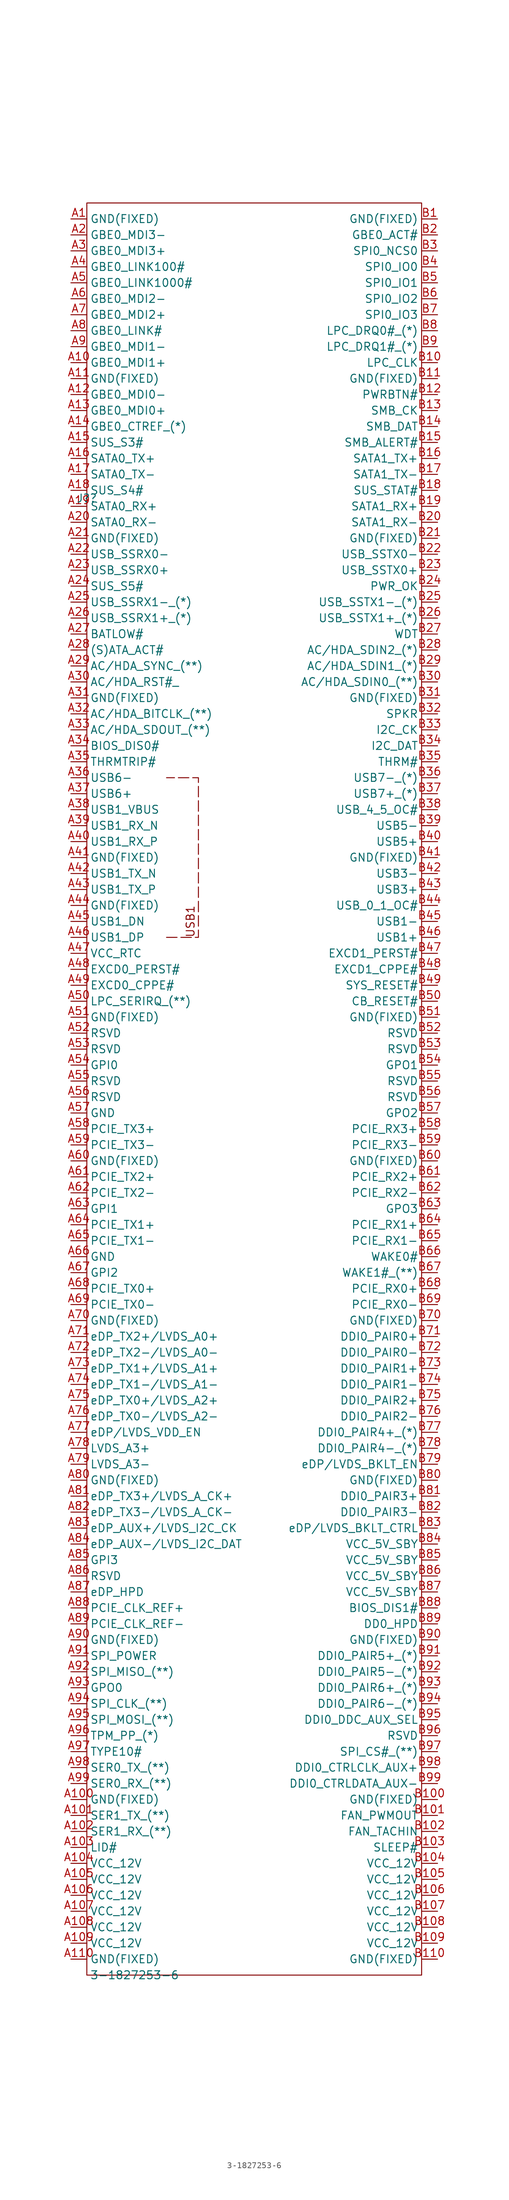
<source format=kicad_sym>
(kicad_symbol_lib
  (version 20230620)
  (generator kicad_symbol_editor)
  (symbol "3-1827253-6"
    (property "Reference" "J?"
      (at 0 -46.99 0)
      (effects (font (size 1.27 1.27))))
    (property "Value" "3-1827253-6"
      (at 7.62 -281.94 0)
      (effects (font (size 1.27 1.27))))
    (symbol "3-1827253-6_0_0"
      (text "USB1" (at 16.51 -114.3 900) (effects (font (size 1.27 1.27)))))
    (symbol "3-1827253-6_0_1"
      (polyline (pts (xy 12.7 -116.84) (xy 17.78 -116.84) (xy 17.78 -91.44) (xy 12.7 -91.44)) (stroke (width 0) (type dash)) (fill (type none)))
      (rectangle (start 0 0) (end 53.34 -281.94) (stroke (width 0) (type default)) (fill (type none))))
    (symbol "3-1827253-6_1_1"
      (pin passive line (at -2.54 -2.54 0) (length 2.54) (name "GND(FIXED)" (effects (font (size 1.27 1.27)))) (number "A1" (effects (font (size 1.27 1.27)))))
      (pin passive line (at -2.54 -25.4 0) (length 2.54) (name "GBE0_MDI1+" (effects (font (size 1.27 1.27)))) (number "A10" (effects (font (size 1.27 1.27)))))
      (pin passive line (at -2.54 -254 0) (length 2.54) (name "GND(FIXED)" (effects (font (size 1.27 1.27)))) (number "A100" (effects (font (size 1.27 1.27)))))
      (pin passive line (at -2.54 -256.54 0) (length 2.54) (name "SER1_TX_(**)" (effects (font (size 1.27 1.27)))) (number "A101" (effects (font (size 1.27 1.27)))))
      (pin passive line (at -2.54 -259.08 0) (length 2.54) (name "SER1_RX_(**)" (effects (font (size 1.27 1.27)))) (number "A102" (effects (font (size 1.27 1.27)))))
      (pin passive line (at -2.54 -261.62 0) (length 2.54) (name "LID#" (effects (font (size 1.27 1.27)))) (number "A103" (effects (font (size 1.27 1.27)))))
      (pin passive line (at -2.54 -264.16 0) (length 2.54) (name "VCC_12V" (effects (font (size 1.27 1.27)))) (number "A104" (effects (font (size 1.27 1.27)))))
      (pin passive line (at -2.54 -266.7 0) (length 2.54) (name "VCC_12V" (effects (font (size 1.27 1.27)))) (number "A105" (effects (font (size 1.27 1.27)))))
      (pin passive line (at -2.54 -269.24 0) (length 2.54) (name "VCC_12V" (effects (font (size 1.27 1.27)))) (number "A106" (effects (font (size 1.27 1.27)))))
      (pin passive line (at -2.54 -271.78 0) (length 2.54) (name "VCC_12V" (effects (font (size 1.27 1.27)))) (number "A107" (effects (font (size 1.27 1.27)))))
      (pin passive line (at -2.54 -274.32 0) (length 2.54) (name "VCC_12V" (effects (font (size 1.27 1.27)))) (number "A108" (effects (font (size 1.27 1.27)))))
      (pin passive line (at -2.54 -276.86 0) (length 2.54) (name "VCC_12V" (effects (font (size 1.27 1.27)))) (number "A109" (effects (font (size 1.27 1.27)))))
      (pin passive line (at -2.54 -27.94 0) (length 2.54) (name "GND(FIXED)" (effects (font (size 1.27 1.27)))) (number "A11" (effects (font (size 1.27 1.27)))))
      (pin passive line (at -2.54 -279.4 0) (length 2.54) (name "GND(FIXED)" (effects (font (size 1.27 1.27)))) (number "A110" (effects (font (size 1.27 1.27)))))
      (pin passive line (at -2.54 -30.48 0) (length 2.54) (name "GBE0_MDI0-" (effects (font (size 1.27 1.27)))) (number "A12" (effects (font (size 1.27 1.27)))))
      (pin passive line (at -2.54 -33.02 0) (length 2.54) (name "GBE0_MDI0+" (effects (font (size 1.27 1.27)))) (number "A13" (effects (font (size 1.27 1.27)))))
      (pin passive line (at -2.54 -35.56 0) (length 2.54) (name "GBE0_CTREF_(*)" (effects (font (size 1.27 1.27)))) (number "A14" (effects (font (size 1.27 1.27)))))
      (pin passive line (at -2.54 -38.1 0) (length 2.54) (name "SUS_S3#" (effects (font (size 1.27 1.27)))) (number "A15" (effects (font (size 1.27 1.27)))))
      (pin passive line (at -2.54 -40.64 0) (length 2.54) (name "SATA0_TX+" (effects (font (size 1.27 1.27)))) (number "A16" (effects (font (size 1.27 1.27)))))
      (pin passive line (at -2.54 -43.18 0) (length 2.54) (name "SATA0_TX-" (effects (font (size 1.27 1.27)))) (number "A17" (effects (font (size 1.27 1.27)))))
      (pin passive line (at -2.54 -45.72 0) (length 2.54) (name "SUS_S4#" (effects (font (size 1.27 1.27)))) (number "A18" (effects (font (size 1.27 1.27)))))
      (pin passive line (at -2.54 -48.26 0) (length 2.54) (name "SATA0_RX+" (effects (font (size 1.27 1.27)))) (number "A19" (effects (font (size 1.27 1.27)))))
      (pin passive line (at -2.54 -5.08 0) (length 2.54) (name "GBE0_MDI3-" (effects (font (size 1.27 1.27)))) (number "A2" (effects (font (size 1.27 1.27)))))
      (pin passive line (at -2.54 -50.8 0) (length 2.54) (name "SATA0_RX-" (effects (font (size 1.27 1.27)))) (number "A20" (effects (font (size 1.27 1.27)))))
      (pin passive line (at -2.54 -53.34 0) (length 2.54) (name "GND(FIXED)" (effects (font (size 1.27 1.27)))) (number "A21" (effects (font (size 1.27 1.27)))))
      (pin passive line (at -2.54 -55.88 0) (length 2.54) (name "USB_SSRX0-" (effects (font (size 1.27 1.27)))) (number "A22" (effects (font (size 1.27 1.27)))))
      (pin passive line (at -2.54 -58.42 0) (length 2.54) (name "USB_SSRX0+" (effects (font (size 1.27 1.27)))) (number "A23" (effects (font (size 1.27 1.27)))))
      (pin passive line (at -2.54 -60.96 0) (length 2.54) (name "SUS_S5#" (effects (font (size 1.27 1.27)))) (number "A24" (effects (font (size 1.27 1.27)))))
      (pin passive line (at -2.54 -63.5 0) (length 2.54) (name "USB_SSRX1-_(*)" (effects (font (size 1.27 1.27)))) (number "A25" (effects (font (size 1.27 1.27)))))
      (pin passive line (at -2.54 -66.04 0) (length 2.54) (name "USB_SSRX1+_(*)" (effects (font (size 1.27 1.27)))) (number "A26" (effects (font (size 1.27 1.27)))))
      (pin passive line (at -2.54 -68.58 0) (length 2.54) (name "BATLOW#" (effects (font (size 1.27 1.27)))) (number "A27" (effects (font (size 1.27 1.27)))))
      (pin passive line (at -2.54 -71.12 0) (length 2.54) (name "(S)ATA_ACT#" (effects (font (size 1.27 1.27)))) (number "A28" (effects (font (size 1.27 1.27)))))
      (pin passive line (at -2.54 -73.66 0) (length 2.54) (name "AC/HDA_SYNC_(**)" (effects (font (size 1.27 1.27)))) (number "A29" (effects (font (size 1.27 1.27)))))
      (pin passive line (at -2.54 -7.62 0) (length 2.54) (name "GBE0_MDI3+" (effects (font (size 1.27 1.27)))) (number "A3" (effects (font (size 1.27 1.27)))))
      (pin passive line (at -2.54 -76.2 0) (length 2.54) (name "AC/HDA_RST#_" (effects (font (size 1.27 1.27)))) (number "A30" (effects (font (size 1.27 1.27)))))
      (pin passive line (at -2.54 -78.74 0) (length 2.54) (name "GND(FIXED)" (effects (font (size 1.27 1.27)))) (number "A31" (effects (font (size 1.27 1.27)))))
      (pin passive line (at -2.54 -81.28 0) (length 2.54) (name "AC/HDA_BITCLK_(**)" (effects (font (size 1.27 1.27)))) (number "A32" (effects (font (size 1.27 1.27)))))
      (pin passive line (at -2.54 -83.82 0) (length 2.54) (name "AC/HDA_SDOUT_(**)" (effects (font (size 1.27 1.27)))) (number "A33" (effects (font (size 1.27 1.27)))))
      (pin passive line (at -2.54 -86.36 0) (length 2.54) (name "BIOS_DIS0#" (effects (font (size 1.27 1.27)))) (number "A34" (effects (font (size 1.27 1.27)))))
      (pin passive line (at -2.54 -88.9 0) (length 2.54) (name "THRMTRIP#" (effects (font (size 1.27 1.27)))) (number "A35" (effects (font (size 1.27 1.27)))))
      (pin passive line (at -2.54 -91.44 0) (length 2.54) (name "USB6-" (effects (font (size 1.27 1.27)))) (number "A36" (effects (font (size 1.27 1.27)))))
      (pin passive line (at -2.54 -93.98 0) (length 2.54) (name "USB6+" (effects (font (size 1.27 1.27)))) (number "A37" (effects (font (size 1.27 1.27)))))
      (pin passive line (at -2.54 -96.52 0) (length 2.54) (name "USB1_VBUS" (effects (font (size 1.27 1.27)))) (number "A38" (effects (font (size 1.27 1.27)))))
      (pin passive line (at -2.54 -99.06 0) (length 2.54) (name "USB1_RX_N" (effects (font (size 1.27 1.27)))) (number "A39" (effects (font (size 1.27 1.27)))))
      (pin passive line (at -2.54 -10.16 0) (length 2.54) (name "GBE0_LINK100#" (effects (font (size 1.27 1.27)))) (number "A4" (effects (font (size 1.27 1.27)))))
      (pin passive line (at -2.54 -101.6 0) (length 2.54) (name "USB1_RX_P" (effects (font (size 1.27 1.27)))) (number "A40" (effects (font (size 1.27 1.27)))))
      (pin passive line (at -2.54 -104.14 0) (length 2.54) (name "GND(FIXED)" (effects (font (size 1.27 1.27)))) (number "A41" (effects (font (size 1.27 1.27)))))
      (pin passive line (at -2.54 -106.68 0) (length 2.54) (name "USB1_TX_N" (effects (font (size 1.27 1.27)))) (number "A42" (effects (font (size 1.27 1.27)))))
      (pin passive line (at -2.54 -109.22 0) (length 2.54) (name "USB1_TX_P" (effects (font (size 1.27 1.27)))) (number "A43" (effects (font (size 1.27 1.27)))))
      (pin passive line (at -2.54 -111.76 0) (length 2.54) (name "GND(FIXED)" (effects (font (size 1.27 1.27)))) (number "A44" (effects (font (size 1.27 1.27)))))
      (pin passive line (at -2.54 -114.3 0) (length 2.54) (name "USB1_DN" (effects (font (size 1.27 1.27)))) (number "A45" (effects (font (size 1.27 1.27)))))
      (pin passive line (at -2.54 -116.84 0) (length 2.54) (name "USB1_DP" (effects (font (size 1.27 1.27)))) (number "A46" (effects (font (size 1.27 1.27)))))
      (pin passive line (at -2.54 -119.38 0) (length 2.54) (name "VCC_RTC" (effects (font (size 1.27 1.27)))) (number "A47" (effects (font (size 1.27 1.27)))))
      (pin passive line (at -2.54 -121.92 0) (length 2.54) (name "EXCD0_PERST#" (effects (font (size 1.27 1.27)))) (number "A48" (effects (font (size 1.27 1.27)))))
      (pin passive line (at -2.54 -124.46 0) (length 2.54) (name "EXCD0_CPPE#" (effects (font (size 1.27 1.27)))) (number "A49" (effects (font (size 1.27 1.27)))))
      (pin passive line (at -2.54 -12.7 0) (length 2.54) (name "GBE0_LINK1000#" (effects (font (size 1.27 1.27)))) (number "A5" (effects (font (size 1.27 1.27)))))
      (pin passive line (at -2.54 -127 0) (length 2.54) (name "LPC_SERIRQ_(**)" (effects (font (size 1.27 1.27)))) (number "A50" (effects (font (size 1.27 1.27)))))
      (pin passive line (at -2.54 -129.54 0) (length 2.54) (name "GND(FIXED)" (effects (font (size 1.27 1.27)))) (number "A51" (effects (font (size 1.27 1.27)))))
      (pin passive line (at -2.54 -132.08 0) (length 2.54) (name "RSVD" (effects (font (size 1.27 1.27)))) (number "A52" (effects (font (size 1.27 1.27)))))
      (pin passive line (at -2.54 -134.62 0) (length 2.54) (name "RSVD" (effects (font (size 1.27 1.27)))) (number "A53" (effects (font (size 1.27 1.27)))))
      (pin passive line (at -2.54 -137.16 0) (length 2.54) (name "GPI0" (effects (font (size 1.27 1.27)))) (number "A54" (effects (font (size 1.27 1.27)))))
      (pin passive line (at -2.54 -139.7 0) (length 2.54) (name "RSVD" (effects (font (size 1.27 1.27)))) (number "A55" (effects (font (size 1.27 1.27)))))
      (pin passive line (at -2.54 -142.24 0) (length 2.54) (name "RSVD" (effects (font (size 1.27 1.27)))) (number "A56" (effects (font (size 1.27 1.27)))))
      (pin passive line (at -2.54 -144.78 0) (length 2.54) (name "GND" (effects (font (size 1.27 1.27)))) (number "A57" (effects (font (size 1.27 1.27)))))
      (pin passive line (at -2.54 -147.32 0) (length 2.54) (name "PCIE_TX3+" (effects (font (size 1.27 1.27)))) (number "A58" (effects (font (size 1.27 1.27)))))
      (pin passive line (at -2.54 -149.86 0) (length 2.54) (name "PCIE_TX3-" (effects (font (size 1.27 1.27)))) (number "A59" (effects (font (size 1.27 1.27)))))
      (pin passive line (at -2.54 -15.24 0) (length 2.54) (name "GBE0_MDI2-" (effects (font (size 1.27 1.27)))) (number "A6" (effects (font (size 1.27 1.27)))))
      (pin passive line (at -2.54 -152.4 0) (length 2.54) (name "GND(FIXED)" (effects (font (size 1.27 1.27)))) (number "A60" (effects (font (size 1.27 1.27)))))
      (pin passive line (at -2.54 -154.94 0) (length 2.54) (name "PCIE_TX2+" (effects (font (size 1.27 1.27)))) (number "A61" (effects (font (size 1.27 1.27)))))
      (pin passive line (at -2.54 -157.48 0) (length 2.54) (name "PCIE_TX2-" (effects (font (size 1.27 1.27)))) (number "A62" (effects (font (size 1.27 1.27)))))
      (pin passive line (at -2.54 -160.02 0) (length 2.54) (name "GPI1" (effects (font (size 1.27 1.27)))) (number "A63" (effects (font (size 1.27 1.27)))))
      (pin passive line (at -2.54 -162.56 0) (length 2.54) (name "PCIE_TX1+" (effects (font (size 1.27 1.27)))) (number "A64" (effects (font (size 1.27 1.27)))))
      (pin passive line (at -2.54 -165.1 0) (length 2.54) (name "PCIE_TX1-" (effects (font (size 1.27 1.27)))) (number "A65" (effects (font (size 1.27 1.27)))))
      (pin passive line (at -2.54 -167.64 0) (length 2.54) (name "GND" (effects (font (size 1.27 1.27)))) (number "A66" (effects (font (size 1.27 1.27)))))
      (pin passive line (at -2.54 -170.18 0) (length 2.54) (name "GPI2" (effects (font (size 1.27 1.27)))) (number "A67" (effects (font (size 1.27 1.27)))))
      (pin passive line (at -2.54 -172.72 0) (length 2.54) (name "PCIE_TX0+" (effects (font (size 1.27 1.27)))) (number "A68" (effects (font (size 1.27 1.27)))))
      (pin passive line (at -2.54 -175.26 0) (length 2.54) (name "PCIE_TX0-" (effects (font (size 1.27 1.27)))) (number "A69" (effects (font (size 1.27 1.27)))))
      (pin passive line (at -2.54 -17.78 0) (length 2.54) (name "GBE0_MDI2+" (effects (font (size 1.27 1.27)))) (number "A7" (effects (font (size 1.27 1.27)))))
      (pin passive line (at -2.54 -177.8 0) (length 2.54) (name "GND(FIXED)" (effects (font (size 1.27 1.27)))) (number "A70" (effects (font (size 1.27 1.27)))))
      (pin passive line (at -2.54 -180.34 0) (length 2.54) (name "eDP_TX2+/LVDS_A0+" (effects (font (size 1.27 1.27)))) (number "A71" (effects (font (size 1.27 1.27)))))
      (pin passive line (at -2.54 -182.88 0) (length 2.54) (name "eDP_TX2-/LVDS_A0-" (effects (font (size 1.27 1.27)))) (number "A72" (effects (font (size 1.27 1.27)))))
      (pin passive line (at -2.54 -185.42 0) (length 2.54) (name "eDP_TX1+/LVDS_A1+" (effects (font (size 1.27 1.27)))) (number "A73" (effects (font (size 1.27 1.27)))))
      (pin passive line (at -2.54 -187.96 0) (length 2.54) (name "eDP_TX1-/LVDS_A1-" (effects (font (size 1.27 1.27)))) (number "A74" (effects (font (size 1.27 1.27)))))
      (pin passive line (at -2.54 -190.5 0) (length 2.54) (name "eDP_TX0+/LVDS_A2+" (effects (font (size 1.27 1.27)))) (number "A75" (effects (font (size 1.27 1.27)))))
      (pin passive line (at -2.54 -193.04 0) (length 2.54) (name "eDP_TX0-/LVDS_A2-" (effects (font (size 1.27 1.27)))) (number "A76" (effects (font (size 1.27 1.27)))))
      (pin passive line (at -2.54 -195.58 0) (length 2.54) (name "eDP/LVDS_VDD_EN" (effects (font (size 1.27 1.27)))) (number "A77" (effects (font (size 1.27 1.27)))))
      (pin passive line (at -2.54 -198.12 0) (length 2.54) (name "LVDS_A3+" (effects (font (size 1.27 1.27)))) (number "A78" (effects (font (size 1.27 1.27)))))
      (pin passive line (at -2.54 -200.66 0) (length 2.54) (name "LVDS_A3-" (effects (font (size 1.27 1.27)))) (number "A79" (effects (font (size 1.27 1.27)))))
      (pin passive line (at -2.54 -20.32 0) (length 2.54) (name "GBE0_LINK#" (effects (font (size 1.27 1.27)))) (number "A8" (effects (font (size 1.27 1.27)))))
      (pin passive line (at -2.54 -203.2 0) (length 2.54) (name "GND(FIXED)" (effects (font (size 1.27 1.27)))) (number "A80" (effects (font (size 1.27 1.27)))))
      (pin passive line (at -2.54 -205.74 0) (length 2.54) (name "eDP_TX3+/LVDS_A_CK+" (effects (font (size 1.27 1.27)))) (number "A81" (effects (font (size 1.27 1.27)))))
      (pin passive line (at -2.54 -208.28 0) (length 2.54) (name "eDP_TX3-/LVDS_A_CK-" (effects (font (size 1.27 1.27)))) (number "A82" (effects (font (size 1.27 1.27)))))
      (pin passive line (at -2.54 -210.82 0) (length 2.54) (name "eDP_AUX+/LVDS_I2C_CK" (effects (font (size 1.27 1.27)))) (number "A83" (effects (font (size 1.27 1.27)))))
      (pin passive line (at -2.54 -213.36 0) (length 2.54) (name "eDP_AUX-/LVDS_I2C_DAT" (effects (font (size 1.27 1.27)))) (number "A84" (effects (font (size 1.27 1.27)))))
      (pin passive line (at -2.54 -215.9 0) (length 2.54) (name "GPI3" (effects (font (size 1.27 1.27)))) (number "A85" (effects (font (size 1.27 1.27)))))
      (pin passive line (at -2.54 -218.44 0) (length 2.54) (name "RSVD" (effects (font (size 1.27 1.27)))) (number "A86" (effects (font (size 1.27 1.27)))))
      (pin passive line (at -2.54 -220.98 0) (length 2.54) (name "eDP_HPD" (effects (font (size 1.27 1.27)))) (number "A87" (effects (font (size 1.27 1.27)))))
      (pin passive line (at -2.54 -223.52 0) (length 2.54) (name "PCIE_CLK_REF+" (effects (font (size 1.27 1.27)))) (number "A88" (effects (font (size 1.27 1.27)))))
      (pin passive line (at -2.54 -226.06 0) (length 2.54) (name "PCIE_CLK_REF-" (effects (font (size 1.27 1.27)))) (number "A89" (effects (font (size 1.27 1.27)))))
      (pin passive line (at -2.54 -22.86 0) (length 2.54) (name "GBE0_MDI1-" (effects (font (size 1.27 1.27)))) (number "A9" (effects (font (size 1.27 1.27)))))
      (pin passive line (at -2.54 -228.6 0) (length 2.54) (name "GND(FIXED)" (effects (font (size 1.27 1.27)))) (number "A90" (effects (font (size 1.27 1.27)))))
      (pin passive line (at -2.54 -231.14 0) (length 2.54) (name "SPI_POWER" (effects (font (size 1.27 1.27)))) (number "A91" (effects (font (size 1.27 1.27)))))
      (pin passive line (at -2.54 -233.68 0) (length 2.54) (name "SPI_MISO_(**)" (effects (font (size 1.27 1.27)))) (number "A92" (effects (font (size 1.27 1.27)))))
      (pin passive line (at -2.54 -236.22 0) (length 2.54) (name "GPO0" (effects (font (size 1.27 1.27)))) (number "A93" (effects (font (size 1.27 1.27)))))
      (pin passive line (at -2.54 -238.76 0) (length 2.54) (name "SPI_CLK_(**)" (effects (font (size 1.27 1.27)))) (number "A94" (effects (font (size 1.27 1.27)))))
      (pin passive line (at -2.54 -241.3 0) (length 2.54) (name "SPI_MOSI_(**)" (effects (font (size 1.27 1.27)))) (number "A95" (effects (font (size 1.27 1.27)))))
      (pin passive line (at -2.54 -243.84 0) (length 2.54) (name "TPM_PP_(*)" (effects (font (size 1.27 1.27)))) (number "A96" (effects (font (size 1.27 1.27)))))
      (pin passive line (at -2.54 -246.38 0) (length 2.54) (name "TYPE10#" (effects (font (size 1.27 1.27)))) (number "A97" (effects (font (size 1.27 1.27)))))
      (pin passive line (at -2.54 -248.92 0) (length 2.54) (name "SER0_TX_(**)" (effects (font (size 1.27 1.27)))) (number "A98" (effects (font (size 1.27 1.27)))))
      (pin passive line (at -2.54 -251.46 0) (length 2.54) (name "SER0_RX_(**)" (effects (font (size 1.27 1.27)))) (number "A99" (effects (font (size 1.27 1.27)))))
      (pin passive line (at 55.88 -2.54 180) (length 2.54) (name "GND(FIXED)" (effects (font (size 1.27 1.27)))) (number "B1" (effects (font (size 1.27 1.27)))))
      (pin passive line (at 55.88 -25.4 180) (length 2.54) (name "LPC_CLK" (effects (font (size 1.27 1.27)))) (number "B10" (effects (font (size 1.27 1.27)))))
      (pin passive line (at 55.88 -254 180) (length 2.54) (name "GND(FIXED)" (effects (font (size 1.27 1.27)))) (number "B100" (effects (font (size 1.27 1.27)))))
      (pin passive line (at 55.88 -256.54 180) (length 2.54) (name "FAN_PWMOUT" (effects (font (size 1.27 1.27)))) (number "B101" (effects (font (size 1.27 1.27)))))
      (pin passive line (at 55.88 -259.08 180) (length 2.54) (name "FAN_TACHIN" (effects (font (size 1.27 1.27)))) (number "B102" (effects (font (size 1.27 1.27)))))
      (pin passive line (at 55.88 -261.62 180) (length 2.54) (name "SLEEP#" (effects (font (size 1.27 1.27)))) (number "B103" (effects (font (size 1.27 1.27)))))
      (pin passive line (at 55.88 -264.16 180) (length 2.54) (name "VCC_12V" (effects (font (size 1.27 1.27)))) (number "B104" (effects (font (size 1.27 1.27)))))
      (pin passive line (at 55.88 -266.7 180) (length 2.54) (name "VCC_12V" (effects (font (size 1.27 1.27)))) (number "B105" (effects (font (size 1.27 1.27)))))
      (pin passive line (at 55.88 -269.24 180) (length 2.54) (name "VCC_12V" (effects (font (size 1.27 1.27)))) (number "B106" (effects (font (size 1.27 1.27)))))
      (pin passive line (at 55.88 -271.78 180) (length 2.54) (name "VCC_12V" (effects (font (size 1.27 1.27)))) (number "B107" (effects (font (size 1.27 1.27)))))
      (pin passive line (at 55.88 -274.32 180) (length 2.54) (name "VCC_12V" (effects (font (size 1.27 1.27)))) (number "B108" (effects (font (size 1.27 1.27)))))
      (pin passive line (at 55.88 -276.86 180) (length 2.54) (name "VCC_12V" (effects (font (size 1.27 1.27)))) (number "B109" (effects (font (size 1.27 1.27)))))
      (pin passive line (at 55.88 -27.94 180) (length 2.54) (name "GND(FIXED)" (effects (font (size 1.27 1.27)))) (number "B11" (effects (font (size 1.27 1.27)))))
      (pin passive line (at 55.88 -279.4 180) (length 2.54) (name "GND(FIXED)" (effects (font (size 1.27 1.27)))) (number "B110" (effects (font (size 1.27 1.27)))))
      (pin passive line (at 55.88 -30.48 180) (length 2.54) (name "PWRBTN#" (effects (font (size 1.27 1.27)))) (number "B12" (effects (font (size 1.27 1.27)))))
      (pin passive line (at 55.88 -33.02 180) (length 2.54) (name "SMB_CK" (effects (font (size 1.27 1.27)))) (number "B13" (effects (font (size 1.27 1.27)))))
      (pin passive line (at 55.88 -35.56 180) (length 2.54) (name "SMB_DAT" (effects (font (size 1.27 1.27)))) (number "B14" (effects (font (size 1.27 1.27)))))
      (pin passive line (at 55.88 -38.1 180) (length 2.54) (name "SMB_ALERT#" (effects (font (size 1.27 1.27)))) (number "B15" (effects (font (size 1.27 1.27)))))
      (pin passive line (at 55.88 -40.64 180) (length 2.54) (name "SATA1_TX+" (effects (font (size 1.27 1.27)))) (number "B16" (effects (font (size 1.27 1.27)))))
      (pin passive line (at 55.88 -43.18 180) (length 2.54) (name "SATA1_TX-" (effects (font (size 1.27 1.27)))) (number "B17" (effects (font (size 1.27 1.27)))))
      (pin passive line (at 55.88 -45.72 180) (length 2.54) (name "SUS_STAT#" (effects (font (size 1.27 1.27)))) (number "B18" (effects (font (size 1.27 1.27)))))
      (pin passive line (at 55.88 -48.26 180) (length 2.54) (name "SATA1_RX+" (effects (font (size 1.27 1.27)))) (number "B19" (effects (font (size 1.27 1.27)))))
      (pin passive line (at 55.88 -5.08 180) (length 2.54) (name "GBE0_ACT#" (effects (font (size 1.27 1.27)))) (number "B2" (effects (font (size 1.27 1.27)))))
      (pin passive line (at 55.88 -50.8 180) (length 2.54) (name "SATA1_RX-" (effects (font (size 1.27 1.27)))) (number "B20" (effects (font (size 1.27 1.27)))))
      (pin passive line (at 55.88 -53.34 180) (length 2.54) (name "GND(FIXED)" (effects (font (size 1.27 1.27)))) (number "B21" (effects (font (size 1.27 1.27)))))
      (pin passive line (at 55.88 -55.88 180) (length 2.54) (name "USB_SSTX0-" (effects (font (size 1.27 1.27)))) (number "B22" (effects (font (size 1.27 1.27)))))
      (pin passive line (at 55.88 -58.42 180) (length 2.54) (name "USB_SSTX0+" (effects (font (size 1.27 1.27)))) (number "B23" (effects (font (size 1.27 1.27)))))
      (pin passive line (at 55.88 -60.96 180) (length 2.54) (name "PWR_OK" (effects (font (size 1.27 1.27)))) (number "B24" (effects (font (size 1.27 1.27)))))
      (pin passive line (at 55.88 -63.5 180) (length 2.54) (name "USB_SSTX1-_(*)" (effects (font (size 1.27 1.27)))) (number "B25" (effects (font (size 1.27 1.27)))))
      (pin passive line (at 55.88 -66.04 180) (length 2.54) (name "USB_SSTX1+_(*)" (effects (font (size 1.27 1.27)))) (number "B26" (effects (font (size 1.27 1.27)))))
      (pin passive line (at 55.88 -68.58 180) (length 2.54) (name "WDT" (effects (font (size 1.27 1.27)))) (number "B27" (effects (font (size 1.27 1.27)))))
      (pin passive line (at 55.88 -71.12 180) (length 2.54) (name "AC/HDA_SDIN2_(*)" (effects (font (size 1.27 1.27)))) (number "B28" (effects (font (size 1.27 1.27)))))
      (pin passive line (at 55.88 -73.66 180) (length 2.54) (name "AC/HDA_SDIN1_(*)" (effects (font (size 1.27 1.27)))) (number "B29" (effects (font (size 1.27 1.27)))))
      (pin passive line (at 55.88 -7.62 180) (length 2.54) (name "SPI0_NCS0" (effects (font (size 1.27 1.27)))) (number "B3" (effects (font (size 1.27 1.27)))))
      (pin passive line (at 55.88 -76.2 180) (length 2.54) (name "AC/HDA_SDIN0_(**)" (effects (font (size 1.27 1.27)))) (number "B30" (effects (font (size 1.27 1.27)))))
      (pin passive line (at 55.88 -78.74 180) (length 2.54) (name "GND(FIXED)" (effects (font (size 1.27 1.27)))) (number "B31" (effects (font (size 1.27 1.27)))))
      (pin passive line (at 55.88 -81.28 180) (length 2.54) (name "SPKR" (effects (font (size 1.27 1.27)))) (number "B32" (effects (font (size 1.27 1.27)))))
      (pin passive line (at 55.88 -83.82 180) (length 2.54) (name "I2C_CK" (effects (font (size 1.27 1.27)))) (number "B33" (effects (font (size 1.27 1.27)))))
      (pin passive line (at 55.88 -86.36 180) (length 2.54) (name "I2C_DAT" (effects (font (size 1.27 1.27)))) (number "B34" (effects (font (size 1.27 1.27)))))
      (pin passive line (at 55.88 -88.9 180) (length 2.54) (name "THRM#" (effects (font (size 1.27 1.27)))) (number "B35" (effects (font (size 1.27 1.27)))))
      (pin passive line (at 55.88 -91.44 180) (length 2.54) (name "USB7-_(*)" (effects (font (size 1.27 1.27)))) (number "B36" (effects (font (size 1.27 1.27)))))
      (pin passive line (at 55.88 -93.98 180) (length 2.54) (name "USB7+_(*)" (effects (font (size 1.27 1.27)))) (number "B37" (effects (font (size 1.27 1.27)))))
      (pin passive line (at 55.88 -96.52 180) (length 2.54) (name "USB_4_5_OC#" (effects (font (size 1.27 1.27)))) (number "B38" (effects (font (size 1.27 1.27)))))
      (pin passive line (at 55.88 -99.06 180) (length 2.54) (name "USB5-" (effects (font (size 1.27 1.27)))) (number "B39" (effects (font (size 1.27 1.27)))))
      (pin passive line (at 55.88 -10.16 180) (length 2.54) (name "SPI0_IO0" (effects (font (size 1.27 1.27)))) (number "B4" (effects (font (size 1.27 1.27)))))
      (pin passive line (at 55.88 -101.6 180) (length 2.54) (name "USB5+" (effects (font (size 1.27 1.27)))) (number "B40" (effects (font (size 1.27 1.27)))))
      (pin passive line (at 55.88 -104.14 180) (length 2.54) (name "GND(FIXED)" (effects (font (size 1.27 1.27)))) (number "B41" (effects (font (size 1.27 1.27)))))
      (pin passive line (at 55.88 -106.68 180) (length 2.54) (name "USB3-" (effects (font (size 1.27 1.27)))) (number "B42" (effects (font (size 1.27 1.27)))))
      (pin passive line (at 55.88 -109.22 180) (length 2.54) (name "USB3+" (effects (font (size 1.27 1.27)))) (number "B43" (effects (font (size 1.27 1.27)))))
      (pin passive line (at 55.88 -111.76 180) (length 2.54) (name "USB_0_1_OC#" (effects (font (size 1.27 1.27)))) (number "B44" (effects (font (size 1.27 1.27)))))
      (pin passive line (at 55.88 -114.3 180) (length 2.54) (name "USB1-" (effects (font (size 1.27 1.27)))) (number "B45" (effects (font (size 1.27 1.27)))))
      (pin passive line (at 55.88 -116.84 180) (length 2.54) (name "USB1+" (effects (font (size 1.27 1.27)))) (number "B46" (effects (font (size 1.27 1.27)))))
      (pin passive line (at 55.88 -119.38 180) (length 2.54) (name "EXCD1_PERST#" (effects (font (size 1.27 1.27)))) (number "B47" (effects (font (size 1.27 1.27)))))
      (pin passive line (at 55.88 -121.92 180) (length 2.54) (name "EXCD1_CPPE#" (effects (font (size 1.27 1.27)))) (number "B48" (effects (font (size 1.27 1.27)))))
      (pin passive line (at 55.88 -124.46 180) (length 2.54) (name "SYS_RESET#" (effects (font (size 1.27 1.27)))) (number "B49" (effects (font (size 1.27 1.27)))))
      (pin passive line (at 55.88 -12.7 180) (length 2.54) (name "SPI0_IO1" (effects (font (size 1.27 1.27)))) (number "B5" (effects (font (size 1.27 1.27)))))
      (pin passive line (at 55.88 -127 180) (length 2.54) (name "CB_RESET#" (effects (font (size 1.27 1.27)))) (number "B50" (effects (font (size 1.27 1.27)))))
      (pin passive line (at 55.88 -129.54 180) (length 2.54) (name "GND(FIXED)" (effects (font (size 1.27 1.27)))) (number "B51" (effects (font (size 1.27 1.27)))))
      (pin passive line (at 55.88 -132.08 180) (length 2.54) (name "RSVD" (effects (font (size 1.27 1.27)))) (number "B52" (effects (font (size 1.27 1.27)))))
      (pin passive line (at 55.88 -134.62 180) (length 2.54) (name "RSVD" (effects (font (size 1.27 1.27)))) (number "B53" (effects (font (size 1.27 1.27)))))
      (pin passive line (at 55.88 -137.16 180) (length 2.54) (name "GPO1" (effects (font (size 1.27 1.27)))) (number "B54" (effects (font (size 1.27 1.27)))))
      (pin passive line (at 55.88 -139.7 180) (length 2.54) (name "RSVD" (effects (font (size 1.27 1.27)))) (number "B55" (effects (font (size 1.27 1.27)))))
      (pin passive line (at 55.88 -142.24 180) (length 2.54) (name "RSVD" (effects (font (size 1.27 1.27)))) (number "B56" (effects (font (size 1.27 1.27)))))
      (pin passive line (at 55.88 -144.78 180) (length 2.54) (name "GPO2" (effects (font (size 1.27 1.27)))) (number "B57" (effects (font (size 1.27 1.27)))))
      (pin passive line (at 55.88 -147.32 180) (length 2.54) (name "PCIE_RX3+" (effects (font (size 1.27 1.27)))) (number "B58" (effects (font (size 1.27 1.27)))))
      (pin passive line (at 55.88 -149.86 180) (length 2.54) (name "PCIE_RX3-" (effects (font (size 1.27 1.27)))) (number "B59" (effects (font (size 1.27 1.27)))))
      (pin passive line (at 55.88 -15.24 180) (length 2.54) (name "SPI0_IO2" (effects (font (size 1.27 1.27)))) (number "B6" (effects (font (size 1.27 1.27)))))
      (pin passive line (at 55.88 -152.4 180) (length 2.54) (name "GND(FIXED)" (effects (font (size 1.27 1.27)))) (number "B60" (effects (font (size 1.27 1.27)))))
      (pin passive line (at 55.88 -154.94 180) (length 2.54) (name "PCIE_RX2+" (effects (font (size 1.27 1.27)))) (number "B61" (effects (font (size 1.27 1.27)))))
      (pin passive line (at 55.88 -157.48 180) (length 2.54) (name "PCIE_RX2-" (effects (font (size 1.27 1.27)))) (number "B62" (effects (font (size 1.27 1.27)))))
      (pin passive line (at 55.88 -160.02 180) (length 2.54) (name "GPO3" (effects (font (size 1.27 1.27)))) (number "B63" (effects (font (size 1.27 1.27)))))
      (pin passive line (at 55.88 -162.56 180) (length 2.54) (name "PCIE_RX1+" (effects (font (size 1.27 1.27)))) (number "B64" (effects (font (size 1.27 1.27)))))
      (pin passive line (at 55.88 -165.1 180) (length 2.54) (name "PCIE_RX1-" (effects (font (size 1.27 1.27)))) (number "B65" (effects (font (size 1.27 1.27)))))
      (pin passive line (at 55.88 -167.64 180) (length 2.54) (name "WAKE0#" (effects (font (size 1.27 1.27)))) (number "B66" (effects (font (size 1.27 1.27)))))
      (pin passive line (at 55.88 -170.18 180) (length 2.54) (name "WAKE1#_(**)" (effects (font (size 1.27 1.27)))) (number "B67" (effects (font (size 1.27 1.27)))))
      (pin passive line (at 55.88 -172.72 180) (length 2.54) (name "PCIE_RX0+" (effects (font (size 1.27 1.27)))) (number "B68" (effects (font (size 1.27 1.27)))))
      (pin passive line (at 55.88 -175.26 180) (length 2.54) (name "PCIE_RX0-" (effects (font (size 1.27 1.27)))) (number "B69" (effects (font (size 1.27 1.27)))))
      (pin passive line (at 55.88 -17.78 180) (length 2.54) (name "SPI0_IO3" (effects (font (size 1.27 1.27)))) (number "B7" (effects (font (size 1.27 1.27)))))
      (pin passive line (at 55.88 -177.8 180) (length 2.54) (name "GND(FIXED)" (effects (font (size 1.27 1.27)))) (number "B70" (effects (font (size 1.27 1.27)))))
      (pin passive line (at 55.88 -180.34 180) (length 2.54) (name "DDI0_PAIR0+" (effects (font (size 1.27 1.27)))) (number "B71" (effects (font (size 1.27 1.27)))))
      (pin passive line (at 55.88 -182.88 180) (length 2.54) (name "DDI0_PAIR0-" (effects (font (size 1.27 1.27)))) (number "B72" (effects (font (size 1.27 1.27)))))
      (pin passive line (at 55.88 -185.42 180) (length 2.54) (name "DDI0_PAIR1+" (effects (font (size 1.27 1.27)))) (number "B73" (effects (font (size 1.27 1.27)))))
      (pin passive line (at 55.88 -187.96 180) (length 2.54) (name "DDI0_PAIR1-" (effects (font (size 1.27 1.27)))) (number "B74" (effects (font (size 1.27 1.27)))))
      (pin passive line (at 55.88 -190.5 180) (length 2.54) (name "DDI0_PAIR2+" (effects (font (size 1.27 1.27)))) (number "B75" (effects (font (size 1.27 1.27)))))
      (pin passive line (at 55.88 -193.04 180) (length 2.54) (name "DDI0_PAIR2-" (effects (font (size 1.27 1.27)))) (number "B76" (effects (font (size 1.27 1.27)))))
      (pin passive line (at 55.88 -195.58 180) (length 2.54) (name "DDI0_PAIR4+_(*)" (effects (font (size 1.27 1.27)))) (number "B77" (effects (font (size 1.27 1.27)))))
      (pin passive line (at 55.88 -198.12 180) (length 2.54) (name "DDI0_PAIR4-_(*)" (effects (font (size 1.27 1.27)))) (number "B78" (effects (font (size 1.27 1.27)))))
      (pin passive line (at 55.88 -200.66 180) (length 2.54) (name "eDP/LVDS_BKLT_EN" (effects (font (size 1.27 1.27)))) (number "B79" (effects (font (size 1.27 1.27)))))
      (pin passive line (at 55.88 -20.32 180) (length 2.54) (name "LPC_DRQ0#_(*)" (effects (font (size 1.27 1.27)))) (number "B8" (effects (font (size 1.27 1.27)))))
      (pin passive line (at 55.88 -203.2 180) (length 2.54) (name "GND(FIXED)" (effects (font (size 1.27 1.27)))) (number "B80" (effects (font (size 1.27 1.27)))))
      (pin passive line (at 55.88 -205.74 180) (length 2.54) (name "DDI0_PAIR3+" (effects (font (size 1.27 1.27)))) (number "B81" (effects (font (size 1.27 1.27)))))
      (pin passive line (at 55.88 -208.28 180) (length 2.54) (name "DDI0_PAIR3-" (effects (font (size 1.27 1.27)))) (number "B82" (effects (font (size 1.27 1.27)))))
      (pin passive line (at 55.88 -210.82 180) (length 2.54) (name "eDP/LVDS_BKLT_CTRL" (effects (font (size 1.27 1.27)))) (number "B83" (effects (font (size 1.27 1.27)))))
      (pin passive line (at 55.88 -213.36 180) (length 2.54) (name "VCC_5V_SBY" (effects (font (size 1.27 1.27)))) (number "B84" (effects (font (size 1.27 1.27)))))
      (pin passive line (at 55.88 -215.9 180) (length 2.54) (name "VCC_5V_SBY" (effects (font (size 1.27 1.27)))) (number "B85" (effects (font (size 1.27 1.27)))))
      (pin passive line (at 55.88 -218.44 180) (length 2.54) (name "VCC_5V_SBY" (effects (font (size 1.27 1.27)))) (number "B86" (effects (font (size 1.27 1.27)))))
      (pin passive line (at 55.88 -220.98 180) (length 2.54) (name "VCC_5V_SBY" (effects (font (size 1.27 1.27)))) (number "B87" (effects (font (size 1.27 1.27)))))
      (pin passive line (at 55.88 -223.52 180) (length 2.54) (name "BIOS_DIS1#" (effects (font (size 1.27 1.27)))) (number "B88" (effects (font (size 1.27 1.27)))))
      (pin passive line (at 55.88 -226.06 180) (length 2.54) (name "DD0_HPD" (effects (font (size 1.27 1.27)))) (number "B89" (effects (font (size 1.27 1.27)))))
      (pin passive line (at 55.88 -22.86 180) (length 2.54) (name "LPC_DRQ1#_(*)" (effects (font (size 1.27 1.27)))) (number "B9" (effects (font (size 1.27 1.27)))))
      (pin passive line (at 55.88 -228.6 180) (length 2.54) (name "GND(FIXED)" (effects (font (size 1.27 1.27)))) (number "B90" (effects (font (size 1.27 1.27)))))
      (pin passive line (at 55.88 -231.14 180) (length 2.54) (name "DDI0_PAIR5+_(*)" (effects (font (size 1.27 1.27)))) (number "B91" (effects (font (size 1.27 1.27)))))
      (pin passive line (at 55.88 -233.68 180) (length 2.54) (name "DDI0_PAIR5-_(*)" (effects (font (size 1.27 1.27)))) (number "B92" (effects (font (size 1.27 1.27)))))
      (pin passive line (at 55.88 -236.22 180) (length 2.54) (name "DDI0_PAIR6+_(*)" (effects (font (size 1.27 1.27)))) (number "B93" (effects (font (size 1.27 1.27)))))
      (pin passive line (at 55.88 -238.76 180) (length 2.54) (name "DDI0_PAIR6-_(*)" (effects (font (size 1.27 1.27)))) (number "B94" (effects (font (size 1.27 1.27)))))
      (pin passive line (at 55.88 -241.3 180) (length 2.54) (name "DDI0_DDC_AUX_SEL" (effects (font (size 1.27 1.27)))) (number "B95" (effects (font (size 1.27 1.27)))))
      (pin passive line (at 55.88 -243.84 180) (length 2.54) (name "RSVD" (effects (font (size 1.27 1.27)))) (number "B96" (effects (font (size 1.27 1.27)))))
      (pin passive line (at 55.88 -246.38 180) (length 2.54) (name "SPI_CS#_(**)" (effects (font (size 1.27 1.27)))) (number "B97" (effects (font (size 1.27 1.27)))))
      (pin passive line (at 55.88 -248.92 180) (length 2.54) (name "DDI0_CTRLCLK_AUX+" (effects (font (size 1.27 1.27)))) (number "B98" (effects (font (size 1.27 1.27)))))
      (pin passive line (at 55.88 -251.46 180) (length 2.54) (name "DDI0_CTRLDATA_AUX-" (effects (font (size 1.27 1.27)))) (number "B99" (effects (font (size 1.27 1.27))))))))
</source>
